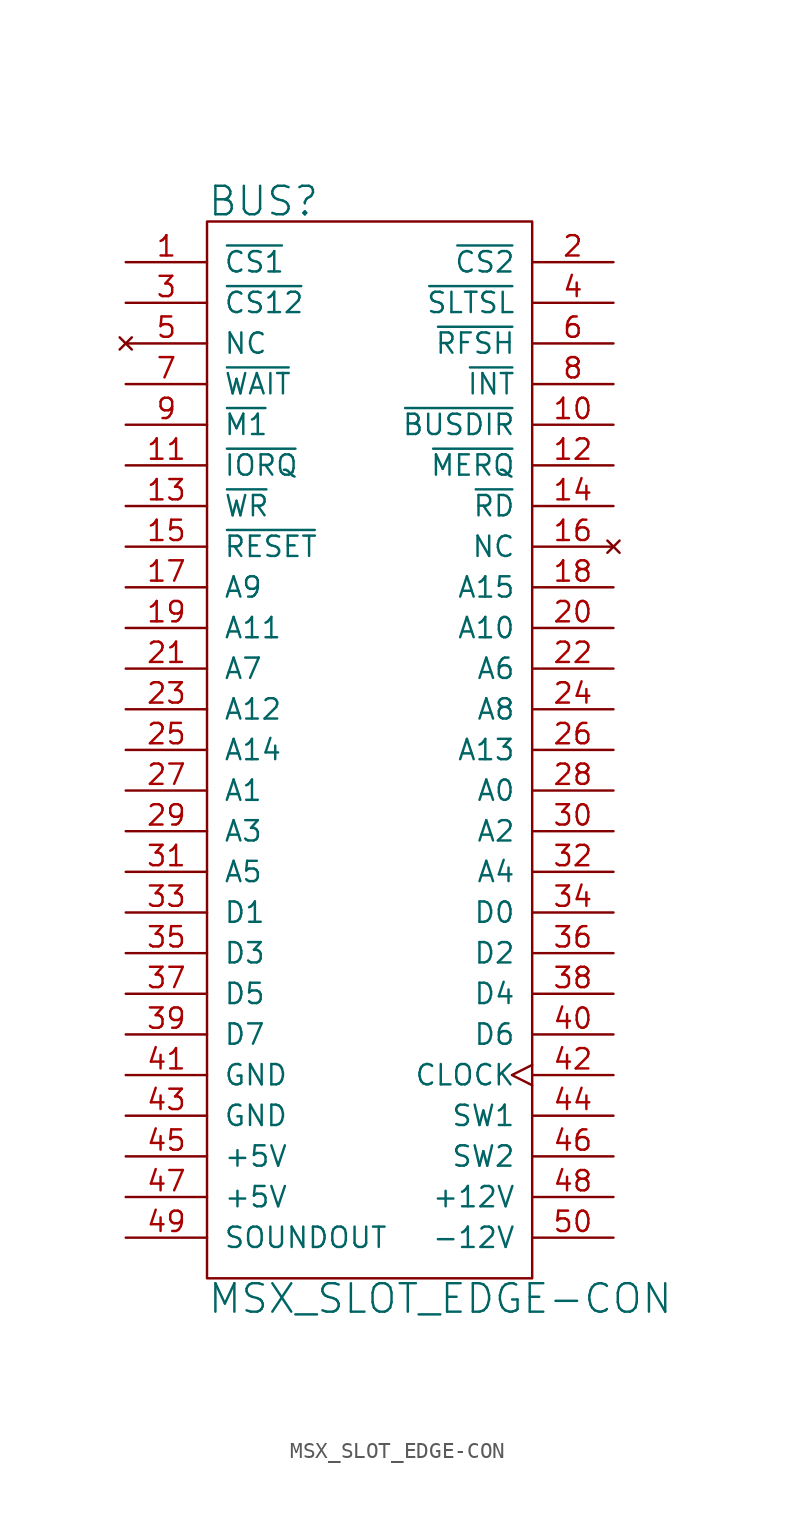
<source format=kicad_sym>
(kicad_symbol_lib
  (version 20220914)
  (generator kicad_symbol_editor)
  (symbol "MSX_SLOT_EDGE-CON"
    (pin_names
      (offset 1.016))
    (property "Reference" "BUS"
      (at -10.16 34.29 0)
      (effects (font (size 1.778 1.778)) (justify left)))
    (property "Value" "MSX_SLOT_EDGE-CON"
      (at -10.16 -34.29 0)
      (effects (font (size 1.778 1.778)) (justify left)))
    (symbol "MSX_SLOT_EDGE-CON_0_1"
      (rectangle (start -10.16 -33.02) (end 10.16 33.02) (stroke (width 0) (type default)) (fill (type none))))
    (symbol "MSX_SLOT_EDGE-CON_1_1"
      (pin output line (at -15.24 30.48 0) (length 5.08) (name "~{CS1}" (effects (font (size 1.27 1.27)))) (number "1" (effects (font (size 1.27 1.27)))))
      (pin output line (at 15.24 20.32 180) (length 5.08) (name "~{BUSDIR}" (effects (font (size 1.27 1.27)))) (number "10" (effects (font (size 1.27 1.27)))))
      (pin output line (at -15.24 17.78 0) (length 5.08) (name "~{IORQ}" (effects (font (size 1.27 1.27)))) (number "11" (effects (font (size 1.27 1.27)))))
      (pin input line (at 15.24 17.78 180) (length 5.08) (name "~{MERQ}" (effects (font (size 1.27 1.27)))) (number "12" (effects (font (size 1.27 1.27)))))
      (pin output line (at -15.24 15.24 0) (length 5.08) (name "~{WR}" (effects (font (size 1.27 1.27)))) (number "13" (effects (font (size 1.27 1.27)))))
      (pin output line (at 15.24 15.24 180) (length 5.08) (name "~{RD}" (effects (font (size 1.27 1.27)))) (number "14" (effects (font (size 1.27 1.27)))))
      (pin output line (at -15.24 12.7 0) (length 5.08) (name "~{RESET}" (effects (font (size 1.27 1.27)))) (number "15" (effects (font (size 1.27 1.27)))))
      (pin no_connect line (at 15.24 12.7 180) (length 5.08) (name "NC" (effects (font (size 1.27 1.27)))) (number "16" (effects (font (size 1.27 1.27)))))
      (pin output line (at -15.24 10.16 0) (length 5.08) (name "A9" (effects (font (size 1.27 1.27)))) (number "17" (effects (font (size 1.27 1.27)))))
      (pin output line (at 15.24 10.16 180) (length 5.08) (name "A15" (effects (font (size 1.27 1.27)))) (number "18" (effects (font (size 1.27 1.27)))))
      (pin output line (at -15.24 7.62 0) (length 5.08) (name "A11" (effects (font (size 1.27 1.27)))) (number "19" (effects (font (size 1.27 1.27)))))
      (pin output line (at 15.24 30.48 180) (length 5.08) (name "~{CS2}" (effects (font (size 1.27 1.27)))) (number "2" (effects (font (size 1.27 1.27)))))
      (pin output line (at 15.24 7.62 180) (length 5.08) (name "A10" (effects (font (size 1.27 1.27)))) (number "20" (effects (font (size 1.27 1.27)))))
      (pin output line (at -15.24 5.08 0) (length 5.08) (name "A7" (effects (font (size 1.27 1.27)))) (number "21" (effects (font (size 1.27 1.27)))))
      (pin output line (at 15.24 5.08 180) (length 5.08) (name "A6" (effects (font (size 1.27 1.27)))) (number "22" (effects (font (size 1.27 1.27)))))
      (pin output line (at -15.24 2.54 0) (length 5.08) (name "A12" (effects (font (size 1.27 1.27)))) (number "23" (effects (font (size 1.27 1.27)))))
      (pin output line (at 15.24 2.54 180) (length 5.08) (name "A8" (effects (font (size 1.27 1.27)))) (number "24" (effects (font (size 1.27 1.27)))))
      (pin output line (at -15.24 0 0) (length 5.08) (name "A14" (effects (font (size 1.27 1.27)))) (number "25" (effects (font (size 1.27 1.27)))))
      (pin output line (at 15.24 0 180) (length 5.08) (name "A13" (effects (font (size 1.27 1.27)))) (number "26" (effects (font (size 1.27 1.27)))))
      (pin output line (at -15.24 -2.54 0) (length 5.08) (name "A1" (effects (font (size 1.27 1.27)))) (number "27" (effects (font (size 1.27 1.27)))))
      (pin output line (at 15.24 -2.54 180) (length 5.08) (name "A0" (effects (font (size 1.27 1.27)))) (number "28" (effects (font (size 1.27 1.27)))))
      (pin output line (at -15.24 -5.08 0) (length 5.08) (name "A3" (effects (font (size 1.27 1.27)))) (number "29" (effects (font (size 1.27 1.27)))))
      (pin output line (at -15.24 27.94 0) (length 5.08) (name "~{CS12}" (effects (font (size 1.27 1.27)))) (number "3" (effects (font (size 1.27 1.27)))))
      (pin output line (at 15.24 -5.08 180) (length 5.08) (name "A2" (effects (font (size 1.27 1.27)))) (number "30" (effects (font (size 1.27 1.27)))))
      (pin output line (at -15.24 -7.62 0) (length 5.08) (name "A5" (effects (font (size 1.27 1.27)))) (number "31" (effects (font (size 1.27 1.27)))))
      (pin output line (at 15.24 -7.62 180) (length 5.08) (name "A4" (effects (font (size 1.27 1.27)))) (number "32" (effects (font (size 1.27 1.27)))))
      (pin tri_state line (at -15.24 -10.16 0) (length 5.08) (name "D1" (effects (font (size 1.27 1.27)))) (number "33" (effects (font (size 1.27 1.27)))))
      (pin tri_state line (at 15.24 -10.16 180) (length 5.08) (name "D0" (effects (font (size 1.27 1.27)))) (number "34" (effects (font (size 1.27 1.27)))))
      (pin tri_state line (at -15.24 -12.7 0) (length 5.08) (name "D3" (effects (font (size 1.27 1.27)))) (number "35" (effects (font (size 1.27 1.27)))))
      (pin tri_state line (at 15.24 -12.7 180) (length 5.08) (name "D2~{}" (effects (font (size 1.27 1.27)))) (number "36" (effects (font (size 1.27 1.27)))))
      (pin tri_state line (at -15.24 -15.24 0) (length 5.08) (name "D5" (effects (font (size 1.27 1.27)))) (number "37" (effects (font (size 1.27 1.27)))))
      (pin tri_state line (at 15.24 -15.24 180) (length 5.08) (name "D4" (effects (font (size 1.27 1.27)))) (number "38" (effects (font (size 1.27 1.27)))))
      (pin tri_state line (at -15.24 -17.78 0) (length 5.08) (name "D7" (effects (font (size 1.27 1.27)))) (number "39" (effects (font (size 1.27 1.27)))))
      (pin output line (at 15.24 27.94 180) (length 5.08) (name "~{SLTSL}" (effects (font (size 1.27 1.27)))) (number "4" (effects (font (size 1.27 1.27)))))
      (pin tri_state line (at 15.24 -17.78 180) (length 5.08) (name "D6" (effects (font (size 1.27 1.27)))) (number "40" (effects (font (size 1.27 1.27)))))
      (pin power_in line (at -15.24 -20.32 0) (length 5.08) (name "GND" (effects (font (size 1.27 1.27)))) (number "41" (effects (font (size 1.27 1.27)))))
      (pin output clock (at 15.24 -20.32 180) (length 5.08) (name "CLOCK" (effects (font (size 1.27 1.27)))) (number "42" (effects (font (size 1.27 1.27)))))
      (pin power_in line (at -15.24 -22.86 0) (length 5.08) (name "GND" (effects (font (size 1.27 1.27)))) (number "43" (effects (font (size 1.27 1.27)))))
      (pin passive line (at 15.24 -22.86 180) (length 5.08) (name "SW1" (effects (font (size 1.27 1.27)))) (number "44" (effects (font (size 1.27 1.27)))))
      (pin power_in line (at -15.24 -25.4 0) (length 5.08) (name "+5V" (effects (font (size 1.27 1.27)))) (number "45" (effects (font (size 1.27 1.27)))))
      (pin passive line (at 15.24 -25.4 180) (length 5.08) (name "SW2" (effects (font (size 1.27 1.27)))) (number "46" (effects (font (size 1.27 1.27)))))
      (pin power_in line (at -15.24 -27.94 0) (length 5.08) (name "+5V" (effects (font (size 1.27 1.27)))) (number "47" (effects (font (size 1.27 1.27)))))
      (pin power_in line (at 15.24 -27.94 180) (length 5.08) (name "+12V" (effects (font (size 1.27 1.27)))) (number "48" (effects (font (size 1.27 1.27)))))
      (pin output line (at -15.24 -30.48 0) (length 5.08) (name "SOUNDOUT" (effects (font (size 1.27 1.27)))) (number "49" (effects (font (size 1.27 1.27)))))
      (pin no_connect line (at -15.24 25.4 0) (length 5.08) (name "NC" (effects (font (size 1.27 1.27)))) (number "5" (effects (font (size 1.27 1.27)))))
      (pin power_in line (at 15.24 -30.48 180) (length 5.08) (name "-12V" (effects (font (size 1.27 1.27)))) (number "50" (effects (font (size 1.27 1.27)))))
      (pin output line (at 15.24 25.4 180) (length 5.08) (name "~{RFSH}" (effects (font (size 1.27 1.27)))) (number "6" (effects (font (size 1.27 1.27)))))
      (pin input line (at -15.24 22.86 0) (length 5.08) (name "~{WAIT}" (effects (font (size 1.27 1.27)))) (number "7" (effects (font (size 1.27 1.27)))))
      (pin open_collector line (at 15.24 22.86 180) (length 5.08) (name "~{INT}" (effects (font (size 1.27 1.27)))) (number "8" (effects (font (size 1.27 1.27)))))
      (pin output line (at -15.24 20.32 0) (length 5.08) (name "~{M1}" (effects (font (size 1.27 1.27)))) (number "9" (effects (font (size 1.27 1.27))))))))
</source>
